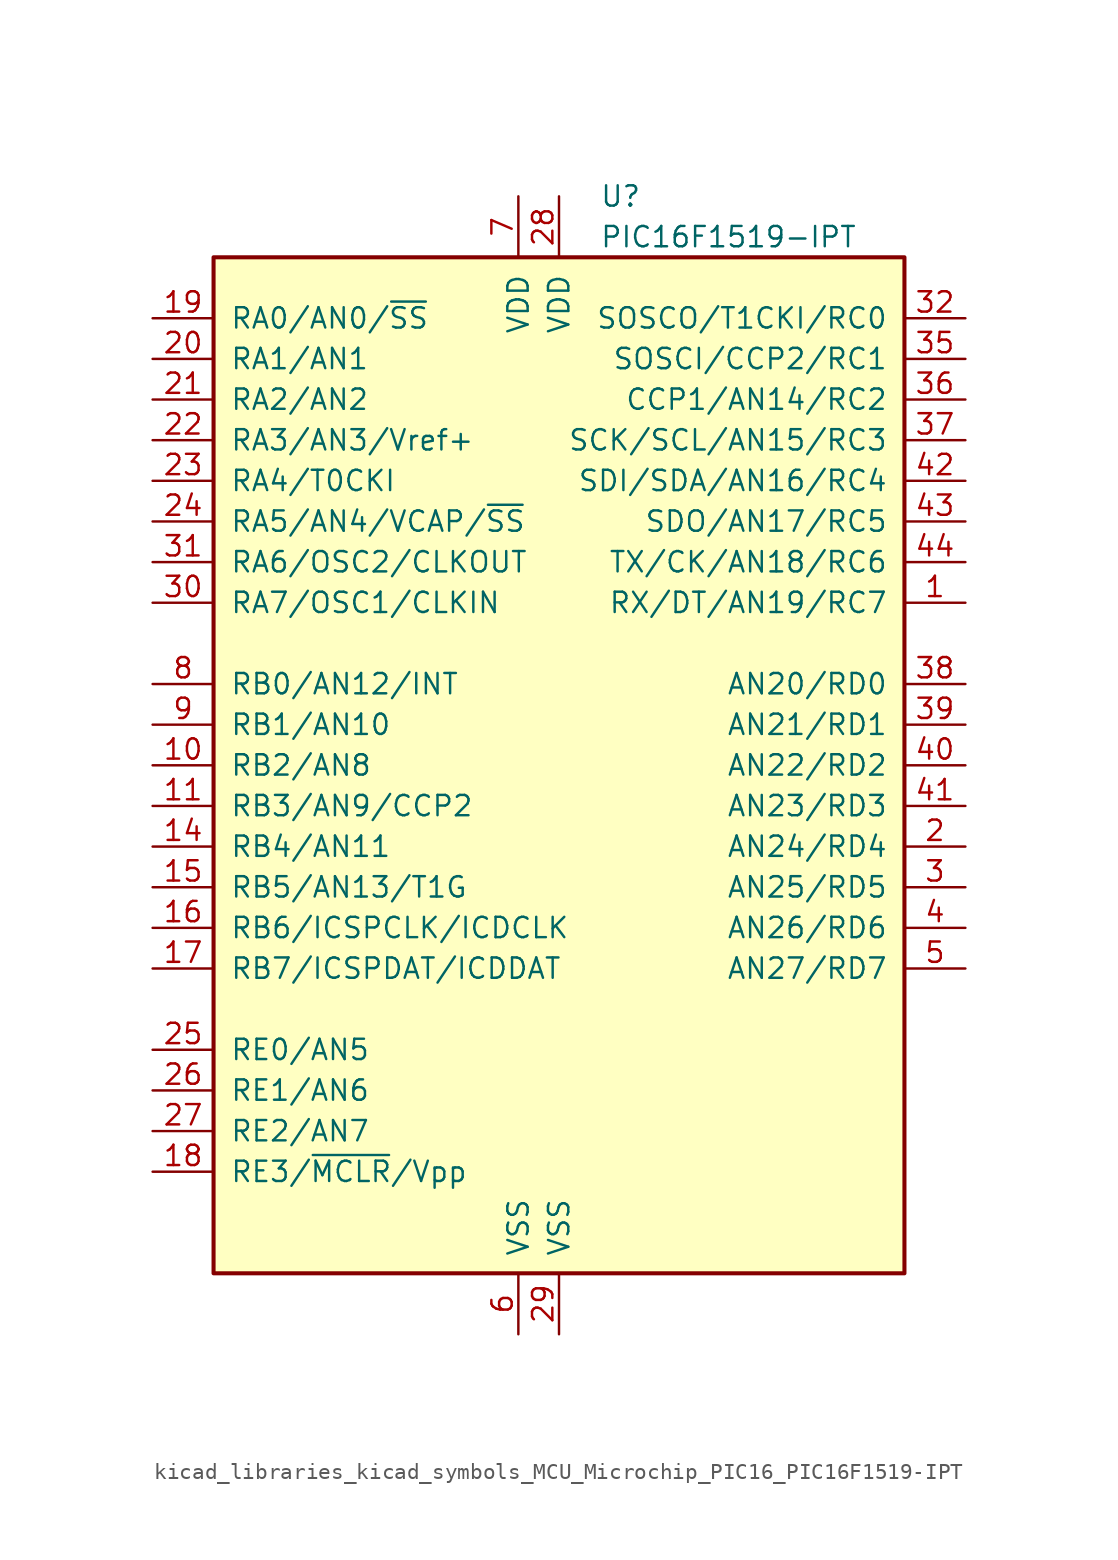
<source format=kicad_sym>
(kicad_symbol_lib
  (version 20220914)
  (generator kicad_symbol_editor)
  (symbol "kicad_libraries_kicad_symbols_MCU_Microchip_PIC16_PIC16F1519-IPT"
    (pin_names
      (offset 1.016))
    (property "Reference" "U"
      (at 2.54 35.56 0)
      (effects (font (size 1.27 1.27)) (justify left)))
    (property "Value" "PIC16F1519-IPT"
      (at 2.54 33.02 0)
      (effects (font (size 1.27 1.27)) (justify left)))
    (symbol "kicad_libraries_kicad_symbols_MCU_Microchip_PIC16_PIC16F1519-IPT_0_1"
      (rectangle (start -21.59 31.75) (end 21.59 -31.75) (stroke (width 0.254) (type default)) (fill (type background))))
    (symbol "kicad_libraries_kicad_symbols_MCU_Microchip_PIC16_PIC16F1519-IPT_1_1"
      (pin bidirectional line (at 25.4 10.16 180) (length 3.81) (name "RX/DT/AN19/RC7" (effects (font (size 1.27 1.27)))) (number "1" (effects (font (size 1.27 1.27)))))
      (pin bidirectional line (at -25.4 0 0) (length 3.81) (name "RB2/AN8" (effects (font (size 1.27 1.27)))) (number "10" (effects (font (size 1.27 1.27)))))
      (pin bidirectional line (at -25.4 -2.54 0) (length 3.81) (name "RB3/AN9/CCP2" (effects (font (size 1.27 1.27)))) (number "11" (effects (font (size 1.27 1.27)))))
      (pin bidirectional line (at -25.4 -5.08 0) (length 3.81) (name "RB4/AN11" (effects (font (size 1.27 1.27)))) (number "14" (effects (font (size 1.27 1.27)))))
      (pin bidirectional line (at -25.4 -7.62 0) (length 3.81) (name "RB5/AN13/T1G" (effects (font (size 1.27 1.27)))) (number "15" (effects (font (size 1.27 1.27)))))
      (pin bidirectional line (at -25.4 -10.16 0) (length 3.81) (name "RB6/ICSPCLK/ICDCLK" (effects (font (size 1.27 1.27)))) (number "16" (effects (font (size 1.27 1.27)))))
      (pin bidirectional line (at -25.4 -12.7 0) (length 3.81) (name "RB7/ICSPDAT/ICDDAT" (effects (font (size 1.27 1.27)))) (number "17" (effects (font (size 1.27 1.27)))))
      (pin input line (at -25.4 -25.4 0) (length 3.81) (name "RE3/~{MCLR}/Vpp" (effects (font (size 1.27 1.27)))) (number "18" (effects (font (size 1.27 1.27)))))
      (pin bidirectional line (at -25.4 27.94 0) (length 3.81) (name "RA0/AN0/~{SS}" (effects (font (size 1.27 1.27)))) (number "19" (effects (font (size 1.27 1.27)))))
      (pin bidirectional line (at 25.4 -5.08 180) (length 3.81) (name "AN24/RD4" (effects (font (size 1.27 1.27)))) (number "2" (effects (font (size 1.27 1.27)))))
      (pin bidirectional line (at -25.4 25.4 0) (length 3.81) (name "RA1/AN1" (effects (font (size 1.27 1.27)))) (number "20" (effects (font (size 1.27 1.27)))))
      (pin bidirectional line (at -25.4 22.86 0) (length 3.81) (name "RA2/AN2" (effects (font (size 1.27 1.27)))) (number "21" (effects (font (size 1.27 1.27)))))
      (pin bidirectional line (at -25.4 20.32 0) (length 3.81) (name "RA3/AN3/Vref+" (effects (font (size 1.27 1.27)))) (number "22" (effects (font (size 1.27 1.27)))))
      (pin bidirectional line (at -25.4 17.78 0) (length 3.81) (name "RA4/T0CKI" (effects (font (size 1.27 1.27)))) (number "23" (effects (font (size 1.27 1.27)))))
      (pin bidirectional line (at -25.4 15.24 0) (length 3.81) (name "RA5/AN4/VCAP/~{SS}" (effects (font (size 1.27 1.27)))) (number "24" (effects (font (size 1.27 1.27)))))
      (pin bidirectional line (at -25.4 -17.78 0) (length 3.81) (name "RE0/AN5" (effects (font (size 1.27 1.27)))) (number "25" (effects (font (size 1.27 1.27)))))
      (pin bidirectional line (at -25.4 -20.32 0) (length 3.81) (name "RE1/AN6" (effects (font (size 1.27 1.27)))) (number "26" (effects (font (size 1.27 1.27)))))
      (pin bidirectional line (at -25.4 -22.86 0) (length 3.81) (name "RE2/AN7" (effects (font (size 1.27 1.27)))) (number "27" (effects (font (size 1.27 1.27)))))
      (pin power_in line (at 0 35.56 270) (length 3.81) (name "VDD" (effects (font (size 1.27 1.27)))) (number "28" (effects (font (size 1.27 1.27)))))
      (pin power_in line (at 0 -35.56 90) (length 3.81) (name "VSS" (effects (font (size 1.27 1.27)))) (number "29" (effects (font (size 1.27 1.27)))))
      (pin bidirectional line (at 25.4 -7.62 180) (length 3.81) (name "AN25/RD5" (effects (font (size 1.27 1.27)))) (number "3" (effects (font (size 1.27 1.27)))))
      (pin bidirectional line (at -25.4 10.16 0) (length 3.81) (name "RA7/OSC1/CLKIN" (effects (font (size 1.27 1.27)))) (number "30" (effects (font (size 1.27 1.27)))))
      (pin bidirectional line (at -25.4 12.7 0) (length 3.81) (name "RA6/OSC2/CLKOUT" (effects (font (size 1.27 1.27)))) (number "31" (effects (font (size 1.27 1.27)))))
      (pin bidirectional line (at 25.4 27.94 180) (length 3.81) (name "SOSCO/T1CKI/RC0" (effects (font (size 1.27 1.27)))) (number "32" (effects (font (size 1.27 1.27)))))
      (pin bidirectional line (at 25.4 25.4 180) (length 3.81) (name "SOSCI/CCP2/RC1" (effects (font (size 1.27 1.27)))) (number "35" (effects (font (size 1.27 1.27)))))
      (pin bidirectional line (at 25.4 22.86 180) (length 3.81) (name "CCP1/AN14/RC2" (effects (font (size 1.27 1.27)))) (number "36" (effects (font (size 1.27 1.27)))))
      (pin bidirectional line (at 25.4 20.32 180) (length 3.81) (name "SCK/SCL/AN15/RC3" (effects (font (size 1.27 1.27)))) (number "37" (effects (font (size 1.27 1.27)))))
      (pin bidirectional line (at 25.4 5.08 180) (length 3.81) (name "AN20/RD0" (effects (font (size 1.27 1.27)))) (number "38" (effects (font (size 1.27 1.27)))))
      (pin bidirectional line (at 25.4 2.54 180) (length 3.81) (name "AN21/RD1" (effects (font (size 1.27 1.27)))) (number "39" (effects (font (size 1.27 1.27)))))
      (pin bidirectional line (at 25.4 -10.16 180) (length 3.81) (name "AN26/RD6" (effects (font (size 1.27 1.27)))) (number "4" (effects (font (size 1.27 1.27)))))
      (pin bidirectional line (at 25.4 0 180) (length 3.81) (name "AN22/RD2" (effects (font (size 1.27 1.27)))) (number "40" (effects (font (size 1.27 1.27)))))
      (pin bidirectional line (at 25.4 -2.54 180) (length 3.81) (name "AN23/RD3" (effects (font (size 1.27 1.27)))) (number "41" (effects (font (size 1.27 1.27)))))
      (pin bidirectional line (at 25.4 17.78 180) (length 3.81) (name "SDI/SDA/AN16/RC4" (effects (font (size 1.27 1.27)))) (number "42" (effects (font (size 1.27 1.27)))))
      (pin bidirectional line (at 25.4 15.24 180) (length 3.81) (name "SDO/AN17/RC5" (effects (font (size 1.27 1.27)))) (number "43" (effects (font (size 1.27 1.27)))))
      (pin bidirectional line (at 25.4 12.7 180) (length 3.81) (name "TX/CK/AN18/RC6" (effects (font (size 1.27 1.27)))) (number "44" (effects (font (size 1.27 1.27)))))
      (pin bidirectional line (at 25.4 -12.7 180) (length 3.81) (name "AN27/RD7" (effects (font (size 1.27 1.27)))) (number "5" (effects (font (size 1.27 1.27)))))
      (pin power_in line (at -2.54 -35.56 90) (length 3.81) (name "VSS" (effects (font (size 1.27 1.27)))) (number "6" (effects (font (size 1.27 1.27)))))
      (pin power_in line (at -2.54 35.56 270) (length 3.81) (name "VDD" (effects (font (size 1.27 1.27)))) (number "7" (effects (font (size 1.27 1.27)))))
      (pin bidirectional line (at -25.4 5.08 0) (length 3.81) (name "RB0/AN12/INT" (effects (font (size 1.27 1.27)))) (number "8" (effects (font (size 1.27 1.27)))))
      (pin bidirectional line (at -25.4 2.54 0) (length 3.81) (name "RB1/AN10" (effects (font (size 1.27 1.27)))) (number "9" (effects (font (size 1.27 1.27))))))))
</source>
